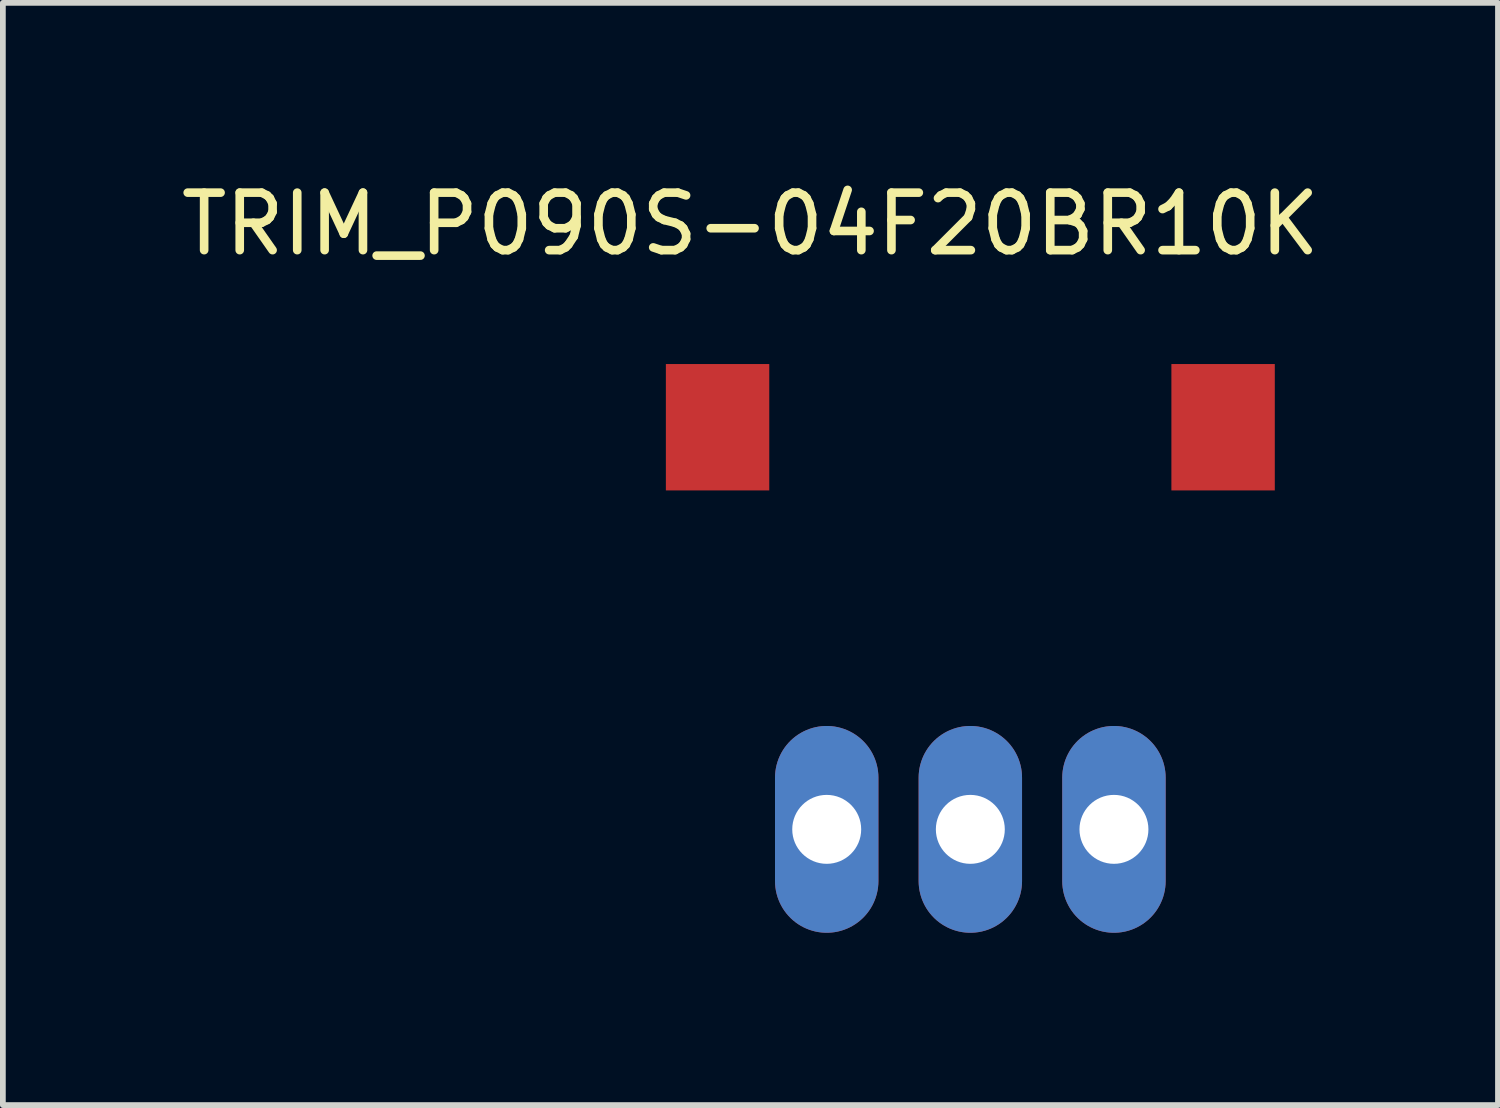
<source format=kicad_pcb>
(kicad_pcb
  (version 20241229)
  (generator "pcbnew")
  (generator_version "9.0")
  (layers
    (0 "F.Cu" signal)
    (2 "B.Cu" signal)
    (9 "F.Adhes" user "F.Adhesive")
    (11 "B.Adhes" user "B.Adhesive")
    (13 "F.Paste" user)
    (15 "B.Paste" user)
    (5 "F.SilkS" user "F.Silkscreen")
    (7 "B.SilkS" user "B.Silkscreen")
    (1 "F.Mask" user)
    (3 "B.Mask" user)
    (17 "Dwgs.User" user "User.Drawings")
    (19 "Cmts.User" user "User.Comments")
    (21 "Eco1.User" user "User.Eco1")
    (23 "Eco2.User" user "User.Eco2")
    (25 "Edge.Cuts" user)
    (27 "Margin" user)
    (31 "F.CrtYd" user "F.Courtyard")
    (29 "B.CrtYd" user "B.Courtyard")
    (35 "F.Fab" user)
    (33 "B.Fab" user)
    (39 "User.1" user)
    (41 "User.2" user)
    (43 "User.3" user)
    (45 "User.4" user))
  (footprint "TRIM_P090S-04F20BR10K"
    (layer "F.Cu")
    (at 13.841 5.487)
    (property "Reference" "TRIM_P090S-04F20BR10K" (at -3.828 -4.638 0) (layer "F.SilkS") (effects (font (size 1.001 1.001) (thickness 0.15))))
    (attr through_hole)
    (pad "1" thru_hole oval (at -2.5 5.9) (size 1.8 3.6) (drill 1.2) (layers "*.Cu" "*.Mask"))
    (pad "2" thru_hole oval (at 0 5.9) (size 1.8 3.6) (drill 1.2) (layers "*.Cu" "*.Mask"))
    (pad "3" thru_hole oval (at 2.5 5.9) (size 1.8 3.6) (drill 1.2) (layers "*.Cu" "*.Mask"))
    (pad "PAD" smd rect (at -4.4 -1.1 90) (size 2.2 1.8) (layers "F.Cu" "F.Mask" "F.Paste"))
    (pad "PAD." smd rect (at 4.4 -1.1 90) (size 2.2 1.8) (layers "F.Cu" "F.Mask" "F.Paste")))
  (gr_rect
    (start -3 -3)
    (end 23.026 16.187)
    (stroke (width 0.1) (type default))
    (fill no)
    (layer "Edge.Cuts")))
</source>
